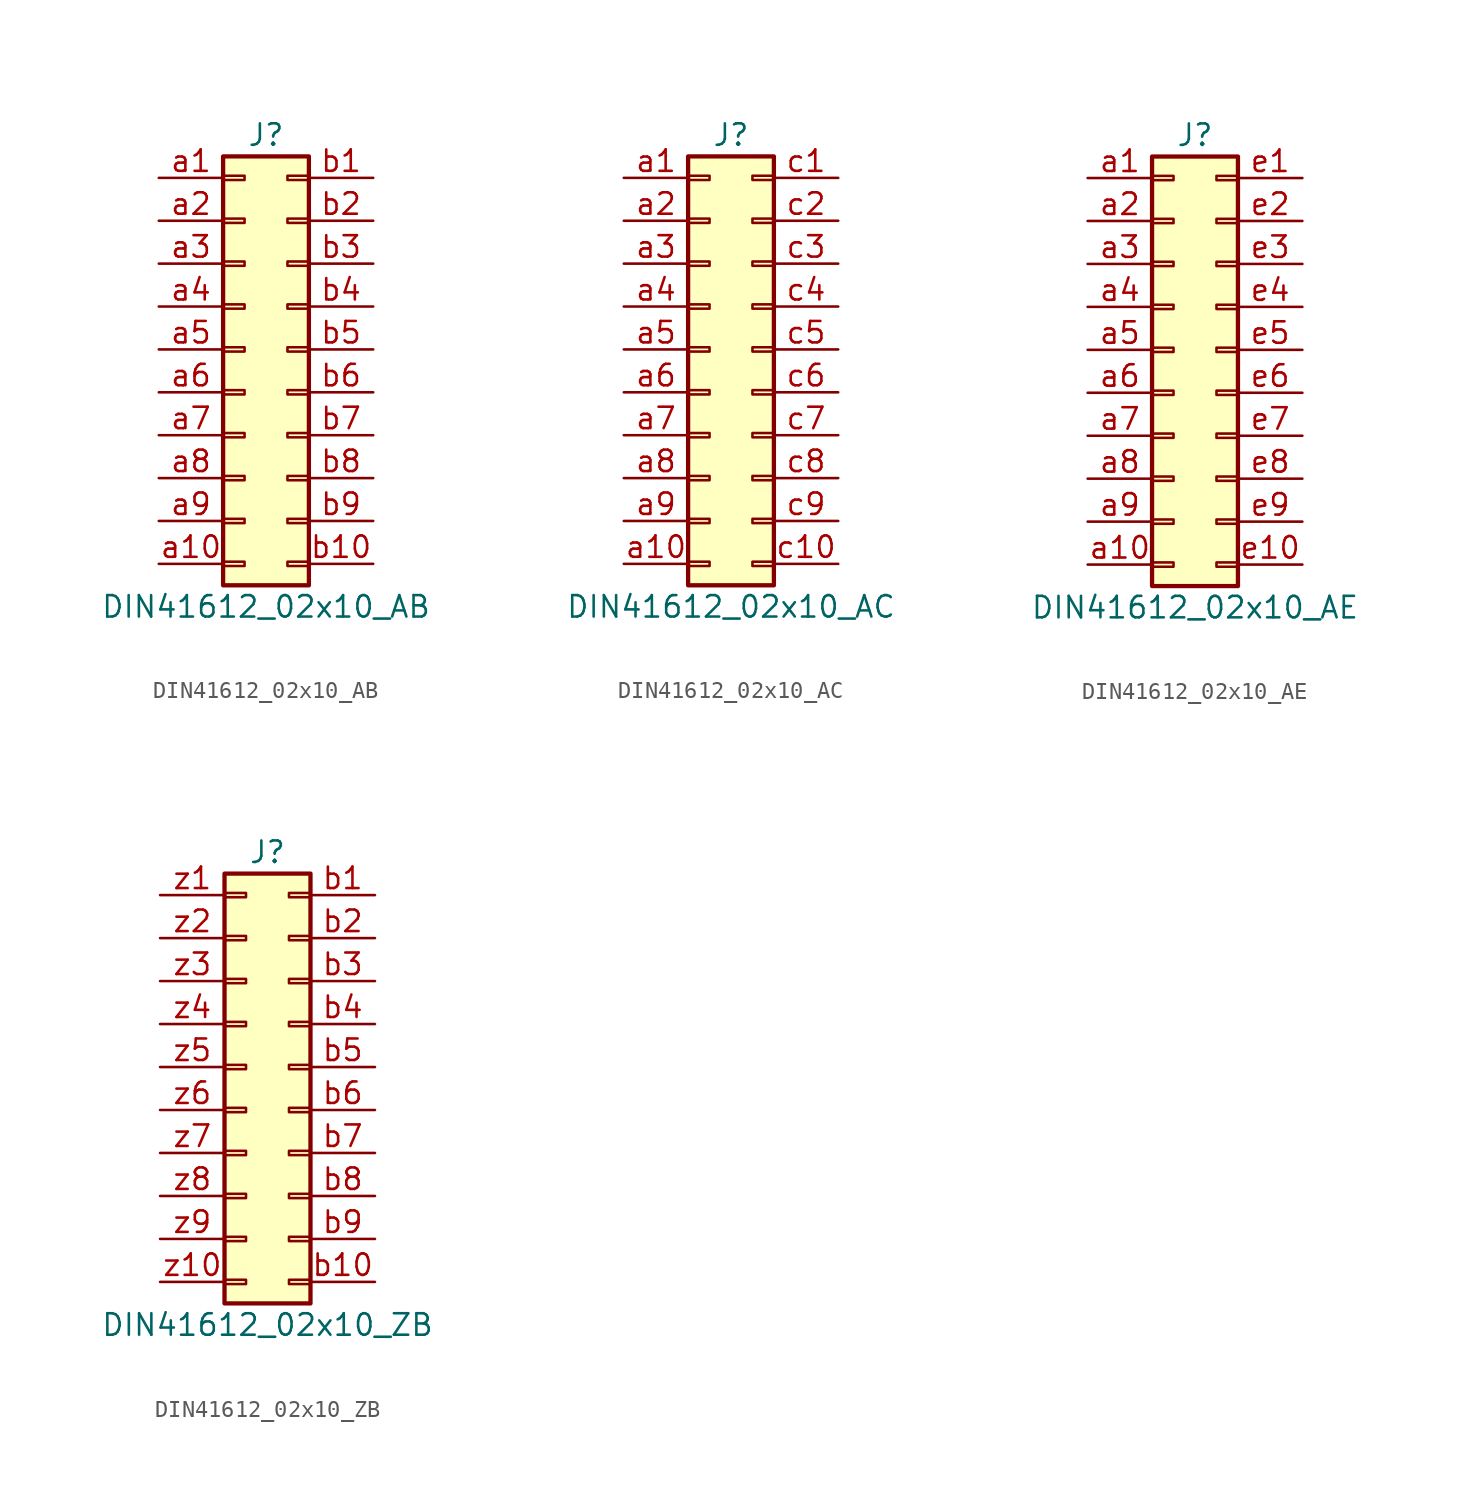
<source format=kicad_sym>
(kicad_symbol_lib
  (version 20201005)
  (generator kicad_symbol_editor)
  (symbol "Connector:DIN41612_02x10_AB"
    (pin_names
      (offset 1.016) hide)
    (property "Reference" "J"
      (at 1.27 12.7 0)
      (effects (font (size 1.27 1.27))))
    (property "Value" "DIN41612_02x10_AB"
      (at 1.27 -15.24 0)
      (effects (font (size 1.27 1.27))))
    (symbol "DIN41612_02x10_AB_1_1"
      (rectangle (start -1.27 -12.573) (end 0 -12.827) (stroke (width 0.152)) (fill (type none)))
      (rectangle (start -1.27 -10.033) (end 0 -10.287) (stroke (width 0.152)) (fill (type none)))
      (rectangle (start -1.27 -7.493) (end 0 -7.747) (stroke (width 0.152)) (fill (type none)))
      (rectangle (start -1.27 -4.953) (end 0 -5.207) (stroke (width 0.152)) (fill (type none)))
      (rectangle (start -1.27 -2.413) (end 0 -2.667) (stroke (width 0.152)) (fill (type none)))
      (rectangle (start -1.27 0.127) (end 0 -0.127) (stroke (width 0.152)) (fill (type none)))
      (rectangle (start -1.27 2.667) (end 0 2.413) (stroke (width 0.152)) (fill (type none)))
      (rectangle (start -1.27 5.207) (end 0 4.953) (stroke (width 0.152)) (fill (type none)))
      (rectangle (start -1.27 7.747) (end 0 7.493) (stroke (width 0.152)) (fill (type none)))
      (rectangle (start -1.27 10.287) (end 0 10.033) (stroke (width 0.152)) (fill (type none)))
      (rectangle (start -1.27 11.43) (end 3.81 -13.97) (stroke (width 0.254)) (fill (type background)))
      (rectangle (start 3.81 -12.573) (end 2.54 -12.827) (stroke (width 0.152)) (fill (type none)))
      (rectangle (start 3.81 -10.033) (end 2.54 -10.287) (stroke (width 0.152)) (fill (type none)))
      (rectangle (start 3.81 -7.493) (end 2.54 -7.747) (stroke (width 0.152)) (fill (type none)))
      (rectangle (start 3.81 -4.953) (end 2.54 -5.207) (stroke (width 0.152)) (fill (type none)))
      (rectangle (start 3.81 -2.413) (end 2.54 -2.667) (stroke (width 0.152)) (fill (type none)))
      (rectangle (start 3.81 0.127) (end 2.54 -0.127) (stroke (width 0.152)) (fill (type none)))
      (rectangle (start 3.81 2.667) (end 2.54 2.413) (stroke (width 0.152)) (fill (type none)))
      (rectangle (start 3.81 5.207) (end 2.54 4.953) (stroke (width 0.152)) (fill (type none)))
      (rectangle (start 3.81 7.747) (end 2.54 7.493) (stroke (width 0.152)) (fill (type none)))
      (rectangle (start 3.81 10.287) (end 2.54 10.033) (stroke (width 0.152)) (fill (type none)))
      (pin passive line (at -5.08 10.16 0) (length 3.81) (name "Pin_a1" (effects (font (size 1.27 1.27)))) (number "a1" (effects (font (size 1.27 1.27)))))
      (pin passive line (at -5.08 -12.7 0) (length 3.81) (name "Pin_a10" (effects (font (size 1.27 1.27)))) (number "a10" (effects (font (size 1.27 1.27)))))
      (pin passive line (at -5.08 7.62 0) (length 3.81) (name "Pin_a2" (effects (font (size 1.27 1.27)))) (number "a2" (effects (font (size 1.27 1.27)))))
      (pin passive line (at -5.08 5.08 0) (length 3.81) (name "Pin_a3" (effects (font (size 1.27 1.27)))) (number "a3" (effects (font (size 1.27 1.27)))))
      (pin passive line (at -5.08 2.54 0) (length 3.81) (name "Pin_a4" (effects (font (size 1.27 1.27)))) (number "a4" (effects (font (size 1.27 1.27)))))
      (pin passive line (at -5.08 0 0) (length 3.81) (name "Pin_a5" (effects (font (size 1.27 1.27)))) (number "a5" (effects (font (size 1.27 1.27)))))
      (pin passive line (at -5.08 -2.54 0) (length 3.81) (name "Pin_a6" (effects (font (size 1.27 1.27)))) (number "a6" (effects (font (size 1.27 1.27)))))
      (pin passive line (at -5.08 -5.08 0) (length 3.81) (name "Pin_a7" (effects (font (size 1.27 1.27)))) (number "a7" (effects (font (size 1.27 1.27)))))
      (pin passive line (at -5.08 -7.62 0) (length 3.81) (name "Pin_a8" (effects (font (size 1.27 1.27)))) (number "a8" (effects (font (size 1.27 1.27)))))
      (pin passive line (at -5.08 -10.16 0) (length 3.81) (name "Pin_a9" (effects (font (size 1.27 1.27)))) (number "a9" (effects (font (size 1.27 1.27)))))
      (pin passive line (at 7.62 10.16 180) (length 3.81) (name "Pin_b1" (effects (font (size 1.27 1.27)))) (number "b1" (effects (font (size 1.27 1.27)))))
      (pin passive line (at 7.62 -12.7 180) (length 3.81) (name "Pin_b10" (effects (font (size 1.27 1.27)))) (number "b10" (effects (font (size 1.27 1.27)))))
      (pin passive line (at 7.62 7.62 180) (length 3.81) (name "Pin_b2" (effects (font (size 1.27 1.27)))) (number "b2" (effects (font (size 1.27 1.27)))))
      (pin passive line (at 7.62 5.08 180) (length 3.81) (name "Pin_b3" (effects (font (size 1.27 1.27)))) (number "b3" (effects (font (size 1.27 1.27)))))
      (pin passive line (at 7.62 2.54 180) (length 3.81) (name "Pin_b4" (effects (font (size 1.27 1.27)))) (number "b4" (effects (font (size 1.27 1.27)))))
      (pin passive line (at 7.62 0 180) (length 3.81) (name "Pin_b5" (effects (font (size 1.27 1.27)))) (number "b5" (effects (font (size 1.27 1.27)))))
      (pin passive line (at 7.62 -2.54 180) (length 3.81) (name "Pin_b6" (effects (font (size 1.27 1.27)))) (number "b6" (effects (font (size 1.27 1.27)))))
      (pin passive line (at 7.62 -5.08 180) (length 3.81) (name "Pin_b7" (effects (font (size 1.27 1.27)))) (number "b7" (effects (font (size 1.27 1.27)))))
      (pin passive line (at 7.62 -7.62 180) (length 3.81) (name "Pin_b8" (effects (font (size 1.27 1.27)))) (number "b8" (effects (font (size 1.27 1.27)))))
      (pin passive line (at 7.62 -10.16 180) (length 3.81) (name "Pin_b9" (effects (font (size 1.27 1.27)))) (number "b9" (effects (font (size 1.27 1.27)))))))
  (symbol "Connector:DIN41612_02x10_AC"
    (pin_names
      (offset 1.016) hide)
    (property "Reference" "J"
      (at 1.27 12.7 0)
      (effects (font (size 1.27 1.27))))
    (property "Value" "DIN41612_02x10_AC"
      (at 1.27 -15.24 0)
      (effects (font (size 1.27 1.27))))
    (symbol "DIN41612_02x10_AC_1_1"
      (rectangle (start -1.27 -12.573) (end 0 -12.827) (stroke (width 0.152)) (fill (type none)))
      (rectangle (start -1.27 -10.033) (end 0 -10.287) (stroke (width 0.152)) (fill (type none)))
      (rectangle (start -1.27 -7.493) (end 0 -7.747) (stroke (width 0.152)) (fill (type none)))
      (rectangle (start -1.27 -4.953) (end 0 -5.207) (stroke (width 0.152)) (fill (type none)))
      (rectangle (start -1.27 -2.413) (end 0 -2.667) (stroke (width 0.152)) (fill (type none)))
      (rectangle (start -1.27 0.127) (end 0 -0.127) (stroke (width 0.152)) (fill (type none)))
      (rectangle (start -1.27 2.667) (end 0 2.413) (stroke (width 0.152)) (fill (type none)))
      (rectangle (start -1.27 5.207) (end 0 4.953) (stroke (width 0.152)) (fill (type none)))
      (rectangle (start -1.27 7.747) (end 0 7.493) (stroke (width 0.152)) (fill (type none)))
      (rectangle (start -1.27 10.287) (end 0 10.033) (stroke (width 0.152)) (fill (type none)))
      (rectangle (start -1.27 11.43) (end 3.81 -13.97) (stroke (width 0.254)) (fill (type background)))
      (rectangle (start 3.81 -12.573) (end 2.54 -12.827) (stroke (width 0.152)) (fill (type none)))
      (rectangle (start 3.81 -10.033) (end 2.54 -10.287) (stroke (width 0.152)) (fill (type none)))
      (rectangle (start 3.81 -7.493) (end 2.54 -7.747) (stroke (width 0.152)) (fill (type none)))
      (rectangle (start 3.81 -4.953) (end 2.54 -5.207) (stroke (width 0.152)) (fill (type none)))
      (rectangle (start 3.81 -2.413) (end 2.54 -2.667) (stroke (width 0.152)) (fill (type none)))
      (rectangle (start 3.81 0.127) (end 2.54 -0.127) (stroke (width 0.152)) (fill (type none)))
      (rectangle (start 3.81 2.667) (end 2.54 2.413) (stroke (width 0.152)) (fill (type none)))
      (rectangle (start 3.81 5.207) (end 2.54 4.953) (stroke (width 0.152)) (fill (type none)))
      (rectangle (start 3.81 7.747) (end 2.54 7.493) (stroke (width 0.152)) (fill (type none)))
      (rectangle (start 3.81 10.287) (end 2.54 10.033) (stroke (width 0.152)) (fill (type none)))
      (pin passive line (at -5.08 10.16 0) (length 3.81) (name "Pin_a1" (effects (font (size 1.27 1.27)))) (number "a1" (effects (font (size 1.27 1.27)))))
      (pin passive line (at -5.08 -12.7 0) (length 3.81) (name "Pin_a10" (effects (font (size 1.27 1.27)))) (number "a10" (effects (font (size 1.27 1.27)))))
      (pin passive line (at -5.08 7.62 0) (length 3.81) (name "Pin_a2" (effects (font (size 1.27 1.27)))) (number "a2" (effects (font (size 1.27 1.27)))))
      (pin passive line (at -5.08 5.08 0) (length 3.81) (name "Pin_a3" (effects (font (size 1.27 1.27)))) (number "a3" (effects (font (size 1.27 1.27)))))
      (pin passive line (at -5.08 2.54 0) (length 3.81) (name "Pin_a4" (effects (font (size 1.27 1.27)))) (number "a4" (effects (font (size 1.27 1.27)))))
      (pin passive line (at -5.08 0 0) (length 3.81) (name "Pin_a5" (effects (font (size 1.27 1.27)))) (number "a5" (effects (font (size 1.27 1.27)))))
      (pin passive line (at -5.08 -2.54 0) (length 3.81) (name "Pin_a6" (effects (font (size 1.27 1.27)))) (number "a6" (effects (font (size 1.27 1.27)))))
      (pin passive line (at -5.08 -5.08 0) (length 3.81) (name "Pin_a7" (effects (font (size 1.27 1.27)))) (number "a7" (effects (font (size 1.27 1.27)))))
      (pin passive line (at -5.08 -7.62 0) (length 3.81) (name "Pin_a8" (effects (font (size 1.27 1.27)))) (number "a8" (effects (font (size 1.27 1.27)))))
      (pin passive line (at -5.08 -10.16 0) (length 3.81) (name "Pin_a9" (effects (font (size 1.27 1.27)))) (number "a9" (effects (font (size 1.27 1.27)))))
      (pin passive line (at 7.62 10.16 180) (length 3.81) (name "Pin_c1" (effects (font (size 1.27 1.27)))) (number "c1" (effects (font (size 1.27 1.27)))))
      (pin passive line (at 7.62 -12.7 180) (length 3.81) (name "Pin_c10" (effects (font (size 1.27 1.27)))) (number "c10" (effects (font (size 1.27 1.27)))))
      (pin passive line (at 7.62 7.62 180) (length 3.81) (name "Pin_c2" (effects (font (size 1.27 1.27)))) (number "c2" (effects (font (size 1.27 1.27)))))
      (pin passive line (at 7.62 5.08 180) (length 3.81) (name "Pin_c3" (effects (font (size 1.27 1.27)))) (number "c3" (effects (font (size 1.27 1.27)))))
      (pin passive line (at 7.62 2.54 180) (length 3.81) (name "Pin_c4" (effects (font (size 1.27 1.27)))) (number "c4" (effects (font (size 1.27 1.27)))))
      (pin passive line (at 7.62 0 180) (length 3.81) (name "Pin_c5" (effects (font (size 1.27 1.27)))) (number "c5" (effects (font (size 1.27 1.27)))))
      (pin passive line (at 7.62 -2.54 180) (length 3.81) (name "Pin_c6" (effects (font (size 1.27 1.27)))) (number "c6" (effects (font (size 1.27 1.27)))))
      (pin passive line (at 7.62 -5.08 180) (length 3.81) (name "Pin_c7" (effects (font (size 1.27 1.27)))) (number "c7" (effects (font (size 1.27 1.27)))))
      (pin passive line (at 7.62 -7.62 180) (length 3.81) (name "Pin_c8" (effects (font (size 1.27 1.27)))) (number "c8" (effects (font (size 1.27 1.27)))))
      (pin passive line (at 7.62 -10.16 180) (length 3.81) (name "Pin_c9" (effects (font (size 1.27 1.27)))) (number "c9" (effects (font (size 1.27 1.27)))))))
  (symbol "Connector:DIN41612_02x10_AE"
    (pin_names
      (offset 1.016) hide)
    (property "Reference" "J"
      (at 1.27 12.7 0)
      (effects (font (size 1.27 1.27))))
    (property "Value" "DIN41612_02x10_AE"
      (at 1.27 -15.24 0)
      (effects (font (size 1.27 1.27))))
    (symbol "DIN41612_02x10_AE_1_1"
      (rectangle (start -1.27 -12.573) (end 0 -12.827) (stroke (width 0.152)) (fill (type none)))
      (rectangle (start -1.27 -10.033) (end 0 -10.287) (stroke (width 0.152)) (fill (type none)))
      (rectangle (start -1.27 -7.493) (end 0 -7.747) (stroke (width 0.152)) (fill (type none)))
      (rectangle (start -1.27 -4.953) (end 0 -5.207) (stroke (width 0.152)) (fill (type none)))
      (rectangle (start -1.27 -2.413) (end 0 -2.667) (stroke (width 0.152)) (fill (type none)))
      (rectangle (start -1.27 0.127) (end 0 -0.127) (stroke (width 0.152)) (fill (type none)))
      (rectangle (start -1.27 2.667) (end 0 2.413) (stroke (width 0.152)) (fill (type none)))
      (rectangle (start -1.27 5.207) (end 0 4.953) (stroke (width 0.152)) (fill (type none)))
      (rectangle (start -1.27 7.747) (end 0 7.493) (stroke (width 0.152)) (fill (type none)))
      (rectangle (start -1.27 10.287) (end 0 10.033) (stroke (width 0.152)) (fill (type none)))
      (rectangle (start -1.27 11.43) (end 3.81 -13.97) (stroke (width 0.254)) (fill (type background)))
      (rectangle (start 3.81 -12.573) (end 2.54 -12.827) (stroke (width 0.152)) (fill (type none)))
      (rectangle (start 3.81 -10.033) (end 2.54 -10.287) (stroke (width 0.152)) (fill (type none)))
      (rectangle (start 3.81 -7.493) (end 2.54 -7.747) (stroke (width 0.152)) (fill (type none)))
      (rectangle (start 3.81 -4.953) (end 2.54 -5.207) (stroke (width 0.152)) (fill (type none)))
      (rectangle (start 3.81 -2.413) (end 2.54 -2.667) (stroke (width 0.152)) (fill (type none)))
      (rectangle (start 3.81 0.127) (end 2.54 -0.127) (stroke (width 0.152)) (fill (type none)))
      (rectangle (start 3.81 2.667) (end 2.54 2.413) (stroke (width 0.152)) (fill (type none)))
      (rectangle (start 3.81 5.207) (end 2.54 4.953) (stroke (width 0.152)) (fill (type none)))
      (rectangle (start 3.81 7.747) (end 2.54 7.493) (stroke (width 0.152)) (fill (type none)))
      (rectangle (start 3.81 10.287) (end 2.54 10.033) (stroke (width 0.152)) (fill (type none)))
      (pin passive line (at -5.08 10.16 0) (length 3.81) (name "Pin_a1" (effects (font (size 1.27 1.27)))) (number "a1" (effects (font (size 1.27 1.27)))))
      (pin passive line (at -5.08 -12.7 0) (length 3.81) (name "Pin_a10" (effects (font (size 1.27 1.27)))) (number "a10" (effects (font (size 1.27 1.27)))))
      (pin passive line (at -5.08 7.62 0) (length 3.81) (name "Pin_a2" (effects (font (size 1.27 1.27)))) (number "a2" (effects (font (size 1.27 1.27)))))
      (pin passive line (at -5.08 5.08 0) (length 3.81) (name "Pin_a3" (effects (font (size 1.27 1.27)))) (number "a3" (effects (font (size 1.27 1.27)))))
      (pin passive line (at -5.08 2.54 0) (length 3.81) (name "Pin_a4" (effects (font (size 1.27 1.27)))) (number "a4" (effects (font (size 1.27 1.27)))))
      (pin passive line (at -5.08 0 0) (length 3.81) (name "Pin_a5" (effects (font (size 1.27 1.27)))) (number "a5" (effects (font (size 1.27 1.27)))))
      (pin passive line (at -5.08 -2.54 0) (length 3.81) (name "Pin_a6" (effects (font (size 1.27 1.27)))) (number "a6" (effects (font (size 1.27 1.27)))))
      (pin passive line (at -5.08 -5.08 0) (length 3.81) (name "Pin_a7" (effects (font (size 1.27 1.27)))) (number "a7" (effects (font (size 1.27 1.27)))))
      (pin passive line (at -5.08 -7.62 0) (length 3.81) (name "Pin_a8" (effects (font (size 1.27 1.27)))) (number "a8" (effects (font (size 1.27 1.27)))))
      (pin passive line (at -5.08 -10.16 0) (length 3.81) (name "Pin_a9" (effects (font (size 1.27 1.27)))) (number "a9" (effects (font (size 1.27 1.27)))))
      (pin passive line (at 7.62 10.16 180) (length 3.81) (name "Pin_e1" (effects (font (size 1.27 1.27)))) (number "e1" (effects (font (size 1.27 1.27)))))
      (pin passive line (at 7.62 -12.7 180) (length 3.81) (name "Pin_e10" (effects (font (size 1.27 1.27)))) (number "e10" (effects (font (size 1.27 1.27)))))
      (pin passive line (at 7.62 7.62 180) (length 3.81) (name "Pin_e2" (effects (font (size 1.27 1.27)))) (number "e2" (effects (font (size 1.27 1.27)))))
      (pin passive line (at 7.62 5.08 180) (length 3.81) (name "Pin_e3" (effects (font (size 1.27 1.27)))) (number "e3" (effects (font (size 1.27 1.27)))))
      (pin passive line (at 7.62 2.54 180) (length 3.81) (name "Pin_e4" (effects (font (size 1.27 1.27)))) (number "e4" (effects (font (size 1.27 1.27)))))
      (pin passive line (at 7.62 0 180) (length 3.81) (name "Pin_e5" (effects (font (size 1.27 1.27)))) (number "e5" (effects (font (size 1.27 1.27)))))
      (pin passive line (at 7.62 -2.54 180) (length 3.81) (name "Pin_e6" (effects (font (size 1.27 1.27)))) (number "e6" (effects (font (size 1.27 1.27)))))
      (pin passive line (at 7.62 -5.08 180) (length 3.81) (name "Pin_e7" (effects (font (size 1.27 1.27)))) (number "e7" (effects (font (size 1.27 1.27)))))
      (pin passive line (at 7.62 -7.62 180) (length 3.81) (name "Pin_e8" (effects (font (size 1.27 1.27)))) (number "e8" (effects (font (size 1.27 1.27)))))
      (pin passive line (at 7.62 -10.16 180) (length 3.81) (name "Pin_e9" (effects (font (size 1.27 1.27)))) (number "e9" (effects (font (size 1.27 1.27)))))))
  (symbol "Connector:DIN41612_02x10_ZB"
    (pin_names
      (offset 1.016) hide)
    (property "Reference" "J"
      (at 1.27 12.7 0)
      (effects (font (size 1.27 1.27))))
    (property "Value" "DIN41612_02x10_ZB"
      (at 1.27 -15.24 0)
      (effects (font (size 1.27 1.27))))
    (symbol "DIN41612_02x10_ZB_1_1"
      (rectangle (start -1.27 -12.573) (end 0 -12.827) (stroke (width 0.152)) (fill (type none)))
      (rectangle (start -1.27 -10.033) (end 0 -10.287) (stroke (width 0.152)) (fill (type none)))
      (rectangle (start -1.27 -7.493) (end 0 -7.747) (stroke (width 0.152)) (fill (type none)))
      (rectangle (start -1.27 -4.953) (end 0 -5.207) (stroke (width 0.152)) (fill (type none)))
      (rectangle (start -1.27 -2.413) (end 0 -2.667) (stroke (width 0.152)) (fill (type none)))
      (rectangle (start -1.27 0.127) (end 0 -0.127) (stroke (width 0.152)) (fill (type none)))
      (rectangle (start -1.27 2.667) (end 0 2.413) (stroke (width 0.152)) (fill (type none)))
      (rectangle (start -1.27 5.207) (end 0 4.953) (stroke (width 0.152)) (fill (type none)))
      (rectangle (start -1.27 7.747) (end 0 7.493) (stroke (width 0.152)) (fill (type none)))
      (rectangle (start -1.27 10.287) (end 0 10.033) (stroke (width 0.152)) (fill (type none)))
      (rectangle (start -1.27 11.43) (end 3.81 -13.97) (stroke (width 0.254)) (fill (type background)))
      (rectangle (start 3.81 -12.573) (end 2.54 -12.827) (stroke (width 0.152)) (fill (type none)))
      (rectangle (start 3.81 -10.033) (end 2.54 -10.287) (stroke (width 0.152)) (fill (type none)))
      (rectangle (start 3.81 -7.493) (end 2.54 -7.747) (stroke (width 0.152)) (fill (type none)))
      (rectangle (start 3.81 -4.953) (end 2.54 -5.207) (stroke (width 0.152)) (fill (type none)))
      (rectangle (start 3.81 -2.413) (end 2.54 -2.667) (stroke (width 0.152)) (fill (type none)))
      (rectangle (start 3.81 0.127) (end 2.54 -0.127) (stroke (width 0.152)) (fill (type none)))
      (rectangle (start 3.81 2.667) (end 2.54 2.413) (stroke (width 0.152)) (fill (type none)))
      (rectangle (start 3.81 5.207) (end 2.54 4.953) (stroke (width 0.152)) (fill (type none)))
      (rectangle (start 3.81 7.747) (end 2.54 7.493) (stroke (width 0.152)) (fill (type none)))
      (rectangle (start 3.81 10.287) (end 2.54 10.033) (stroke (width 0.152)) (fill (type none)))
      (pin passive line (at 7.62 10.16 180) (length 3.81) (name "Pin_b1" (effects (font (size 1.27 1.27)))) (number "b1" (effects (font (size 1.27 1.27)))))
      (pin passive line (at 7.62 -12.7 180) (length 3.81) (name "Pin_b10" (effects (font (size 1.27 1.27)))) (number "b10" (effects (font (size 1.27 1.27)))))
      (pin passive line (at 7.62 7.62 180) (length 3.81) (name "Pin_b2" (effects (font (size 1.27 1.27)))) (number "b2" (effects (font (size 1.27 1.27)))))
      (pin passive line (at 7.62 5.08 180) (length 3.81) (name "Pin_b3" (effects (font (size 1.27 1.27)))) (number "b3" (effects (font (size 1.27 1.27)))))
      (pin passive line (at 7.62 2.54 180) (length 3.81) (name "Pin_b4" (effects (font (size 1.27 1.27)))) (number "b4" (effects (font (size 1.27 1.27)))))
      (pin passive line (at 7.62 0 180) (length 3.81) (name "Pin_b5" (effects (font (size 1.27 1.27)))) (number "b5" (effects (font (size 1.27 1.27)))))
      (pin passive line (at 7.62 -2.54 180) (length 3.81) (name "Pin_b6" (effects (font (size 1.27 1.27)))) (number "b6" (effects (font (size 1.27 1.27)))))
      (pin passive line (at 7.62 -5.08 180) (length 3.81) (name "Pin_b7" (effects (font (size 1.27 1.27)))) (number "b7" (effects (font (size 1.27 1.27)))))
      (pin passive line (at 7.62 -7.62 180) (length 3.81) (name "Pin_b8" (effects (font (size 1.27 1.27)))) (number "b8" (effects (font (size 1.27 1.27)))))
      (pin passive line (at 7.62 -10.16 180) (length 3.81) (name "Pin_b9" (effects (font (size 1.27 1.27)))) (number "b9" (effects (font (size 1.27 1.27)))))
      (pin passive line (at -5.08 10.16 0) (length 3.81) (name "Pin_z1" (effects (font (size 1.27 1.27)))) (number "z1" (effects (font (size 1.27 1.27)))))
      (pin passive line (at -5.08 -12.7 0) (length 3.81) (name "Pin_z10" (effects (font (size 1.27 1.27)))) (number "z10" (effects (font (size 1.27 1.27)))))
      (pin passive line (at -5.08 7.62 0) (length 3.81) (name "Pin_z2" (effects (font (size 1.27 1.27)))) (number "z2" (effects (font (size 1.27 1.27)))))
      (pin passive line (at -5.08 5.08 0) (length 3.81) (name "Pin_z3" (effects (font (size 1.27 1.27)))) (number "z3" (effects (font (size 1.27 1.27)))))
      (pin passive line (at -5.08 2.54 0) (length 3.81) (name "Pin_z4" (effects (font (size 1.27 1.27)))) (number "z4" (effects (font (size 1.27 1.27)))))
      (pin passive line (at -5.08 0 0) (length 3.81) (name "Pin_z5" (effects (font (size 1.27 1.27)))) (number "z5" (effects (font (size 1.27 1.27)))))
      (pin passive line (at -5.08 -2.54 0) (length 3.81) (name "Pin_z6" (effects (font (size 1.27 1.27)))) (number "z6" (effects (font (size 1.27 1.27)))))
      (pin passive line (at -5.08 -5.08 0) (length 3.81) (name "Pin_z7" (effects (font (size 1.27 1.27)))) (number "z7" (effects (font (size 1.27 1.27)))))
      (pin passive line (at -5.08 -7.62 0) (length 3.81) (name "Pin_z8" (effects (font (size 1.27 1.27)))) (number "z8" (effects (font (size 1.27 1.27)))))
      (pin passive line (at -5.08 -10.16 0) (length 3.81) (name "Pin_z9" (effects (font (size 1.27 1.27)))) (number "z9" (effects (font (size 1.27 1.27))))))))
</source>
